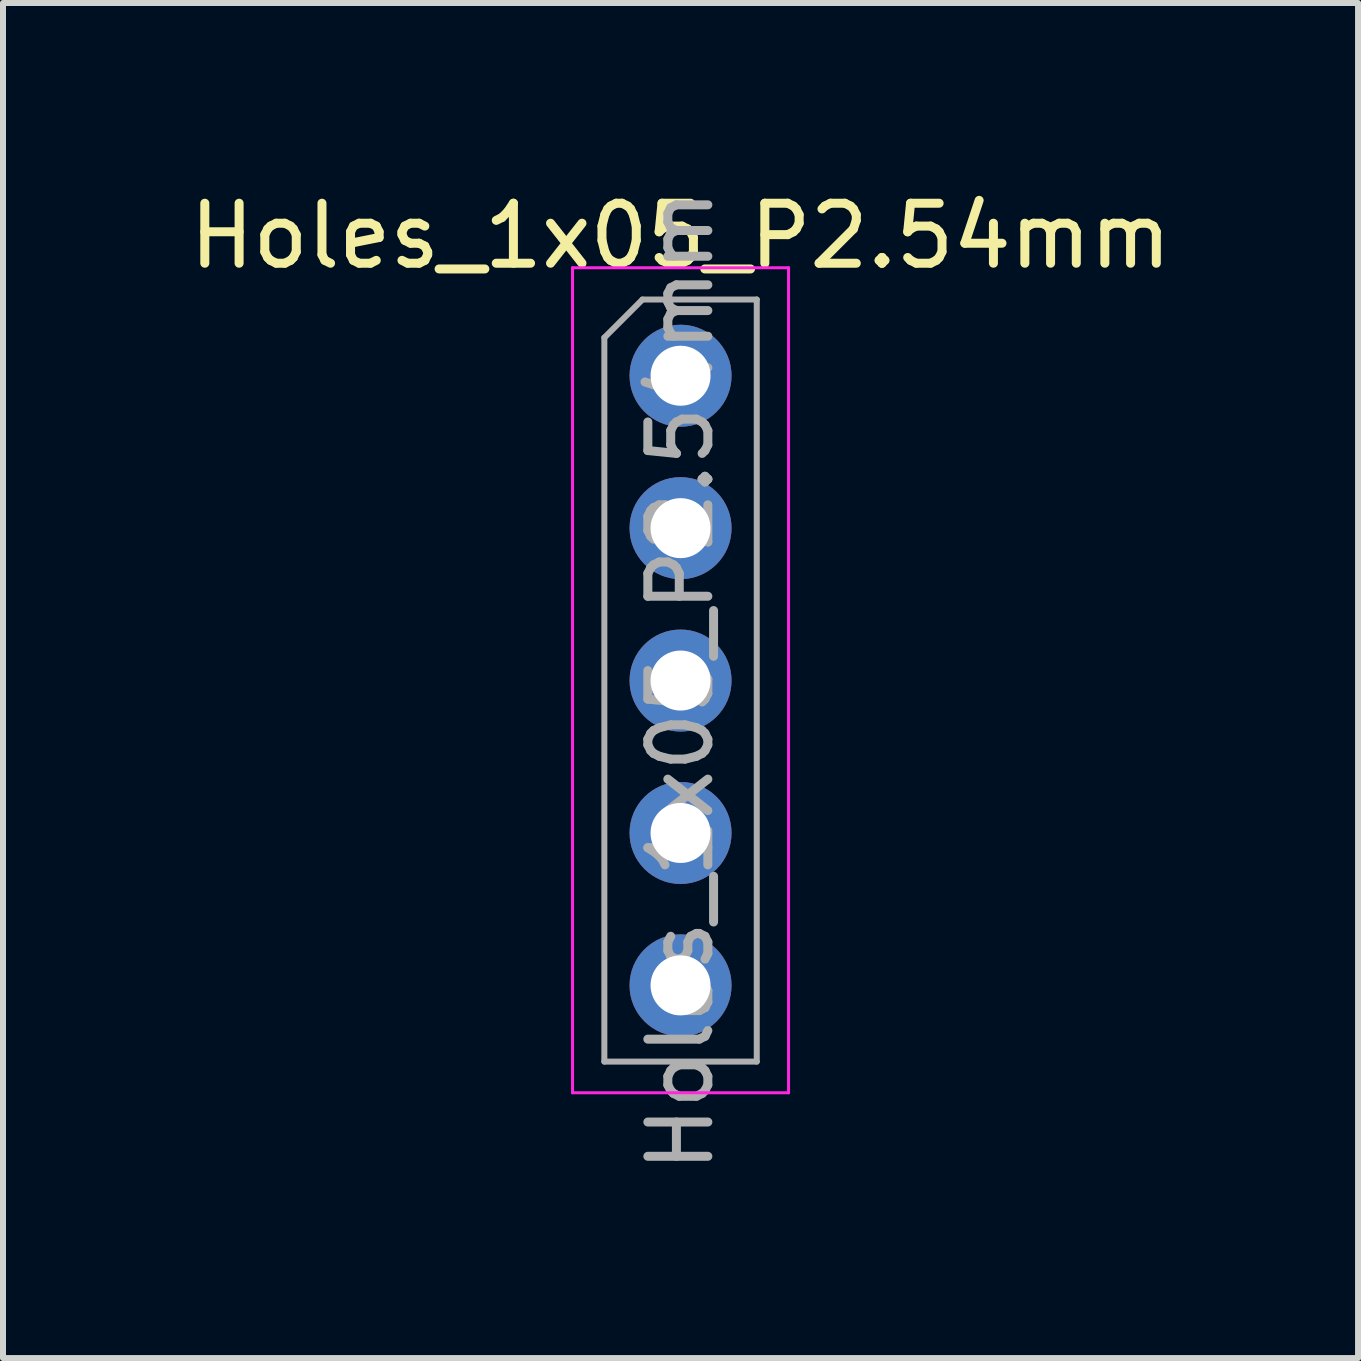
<source format=kicad_pcb>
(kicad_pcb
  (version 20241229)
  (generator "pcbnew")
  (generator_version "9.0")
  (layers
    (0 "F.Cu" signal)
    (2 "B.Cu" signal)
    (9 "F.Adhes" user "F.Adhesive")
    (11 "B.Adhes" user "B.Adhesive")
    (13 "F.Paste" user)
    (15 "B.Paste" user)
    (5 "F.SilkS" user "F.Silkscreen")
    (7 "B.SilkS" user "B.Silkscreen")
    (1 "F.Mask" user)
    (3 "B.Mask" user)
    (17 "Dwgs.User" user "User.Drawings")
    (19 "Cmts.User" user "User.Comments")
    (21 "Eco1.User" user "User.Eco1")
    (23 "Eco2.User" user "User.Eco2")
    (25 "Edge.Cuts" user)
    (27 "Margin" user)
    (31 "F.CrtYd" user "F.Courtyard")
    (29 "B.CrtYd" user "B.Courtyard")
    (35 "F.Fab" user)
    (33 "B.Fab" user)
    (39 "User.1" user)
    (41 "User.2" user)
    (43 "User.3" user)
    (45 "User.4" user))
  (footprint "Holes_1x05_P2.54mm"
    (layer "F.Cu")
    (at 8.292 3.212)
    (property "Reference" "Holes_1x05_P2.54mm" (at 0 -2.33 0) (layer "F.SilkS") (effects (font (size 1 1) (thickness 0.15))))
    (attr through_hole)
    (fp_line (start -1.8 -1.8) (end -1.8 11.95) (stroke (width 0.05) (type solid)) (layer "F.CrtYd"))
    (fp_line (start -1.8 11.95) (end 1.8 11.95) (stroke (width 0.05) (type solid)) (layer "F.CrtYd"))
    (fp_line (start 1.8 -1.8) (end -1.8 -1.8) (stroke (width 0.05) (type solid)) (layer "F.CrtYd"))
    (fp_line (start 1.8 11.95) (end 1.8 -1.8) (stroke (width 0.05) (type solid)) (layer "F.CrtYd"))
    (fp_line (start -1.27 -0.635) (end -0.635 -1.27) (stroke (width 0.1) (type solid)) (layer "F.Fab"))
    (fp_line (start -1.27 11.43) (end -1.27 -0.635) (stroke (width 0.1) (type solid)) (layer "F.Fab"))
    (fp_line (start -0.635 -1.27) (end 1.27 -1.27) (stroke (width 0.1) (type solid)) (layer "F.Fab"))
    (fp_line (start 1.27 -1.27) (end 1.27 11.43) (stroke (width 0.1) (type solid)) (layer "F.Fab"))
    (fp_line (start 1.27 11.43) (end -1.27 11.43) (stroke (width 0.1) (type solid)) (layer "F.Fab"))
    (fp_text user "${REFERENCE}" (at 0 5.08 90) (layer "F.Fab") (effects (font (size 1 1) (thickness 0.15))))
    (pad "1" thru_hole circle (at 0 0) (size 1.7 1.7) (drill 1) (layers "*.Cu" "*.Mask"))
    (pad "2" thru_hole oval (at 0 2.54) (size 1.7 1.7) (drill 1) (layers "*.Cu" "*.Mask"))
    (pad "3" thru_hole oval (at 0 5.08) (size 1.7 1.7) (drill 1) (layers "*.Cu" "*.Mask"))
    (pad "4" thru_hole oval (at 0 7.62) (size 1.7 1.7) (drill 1) (layers "*.Cu" "*.Mask"))
    (pad "5" thru_hole oval (at 0 10.16) (size 1.7 1.7) (drill 1) (layers "*.Cu" "*.Mask")))
  (gr_rect
    (start -3 -3)
    (end 19.583 19.583)
    (stroke (width 0.1) (type default))
    (fill no)
    (layer "Edge.Cuts")))
</source>
